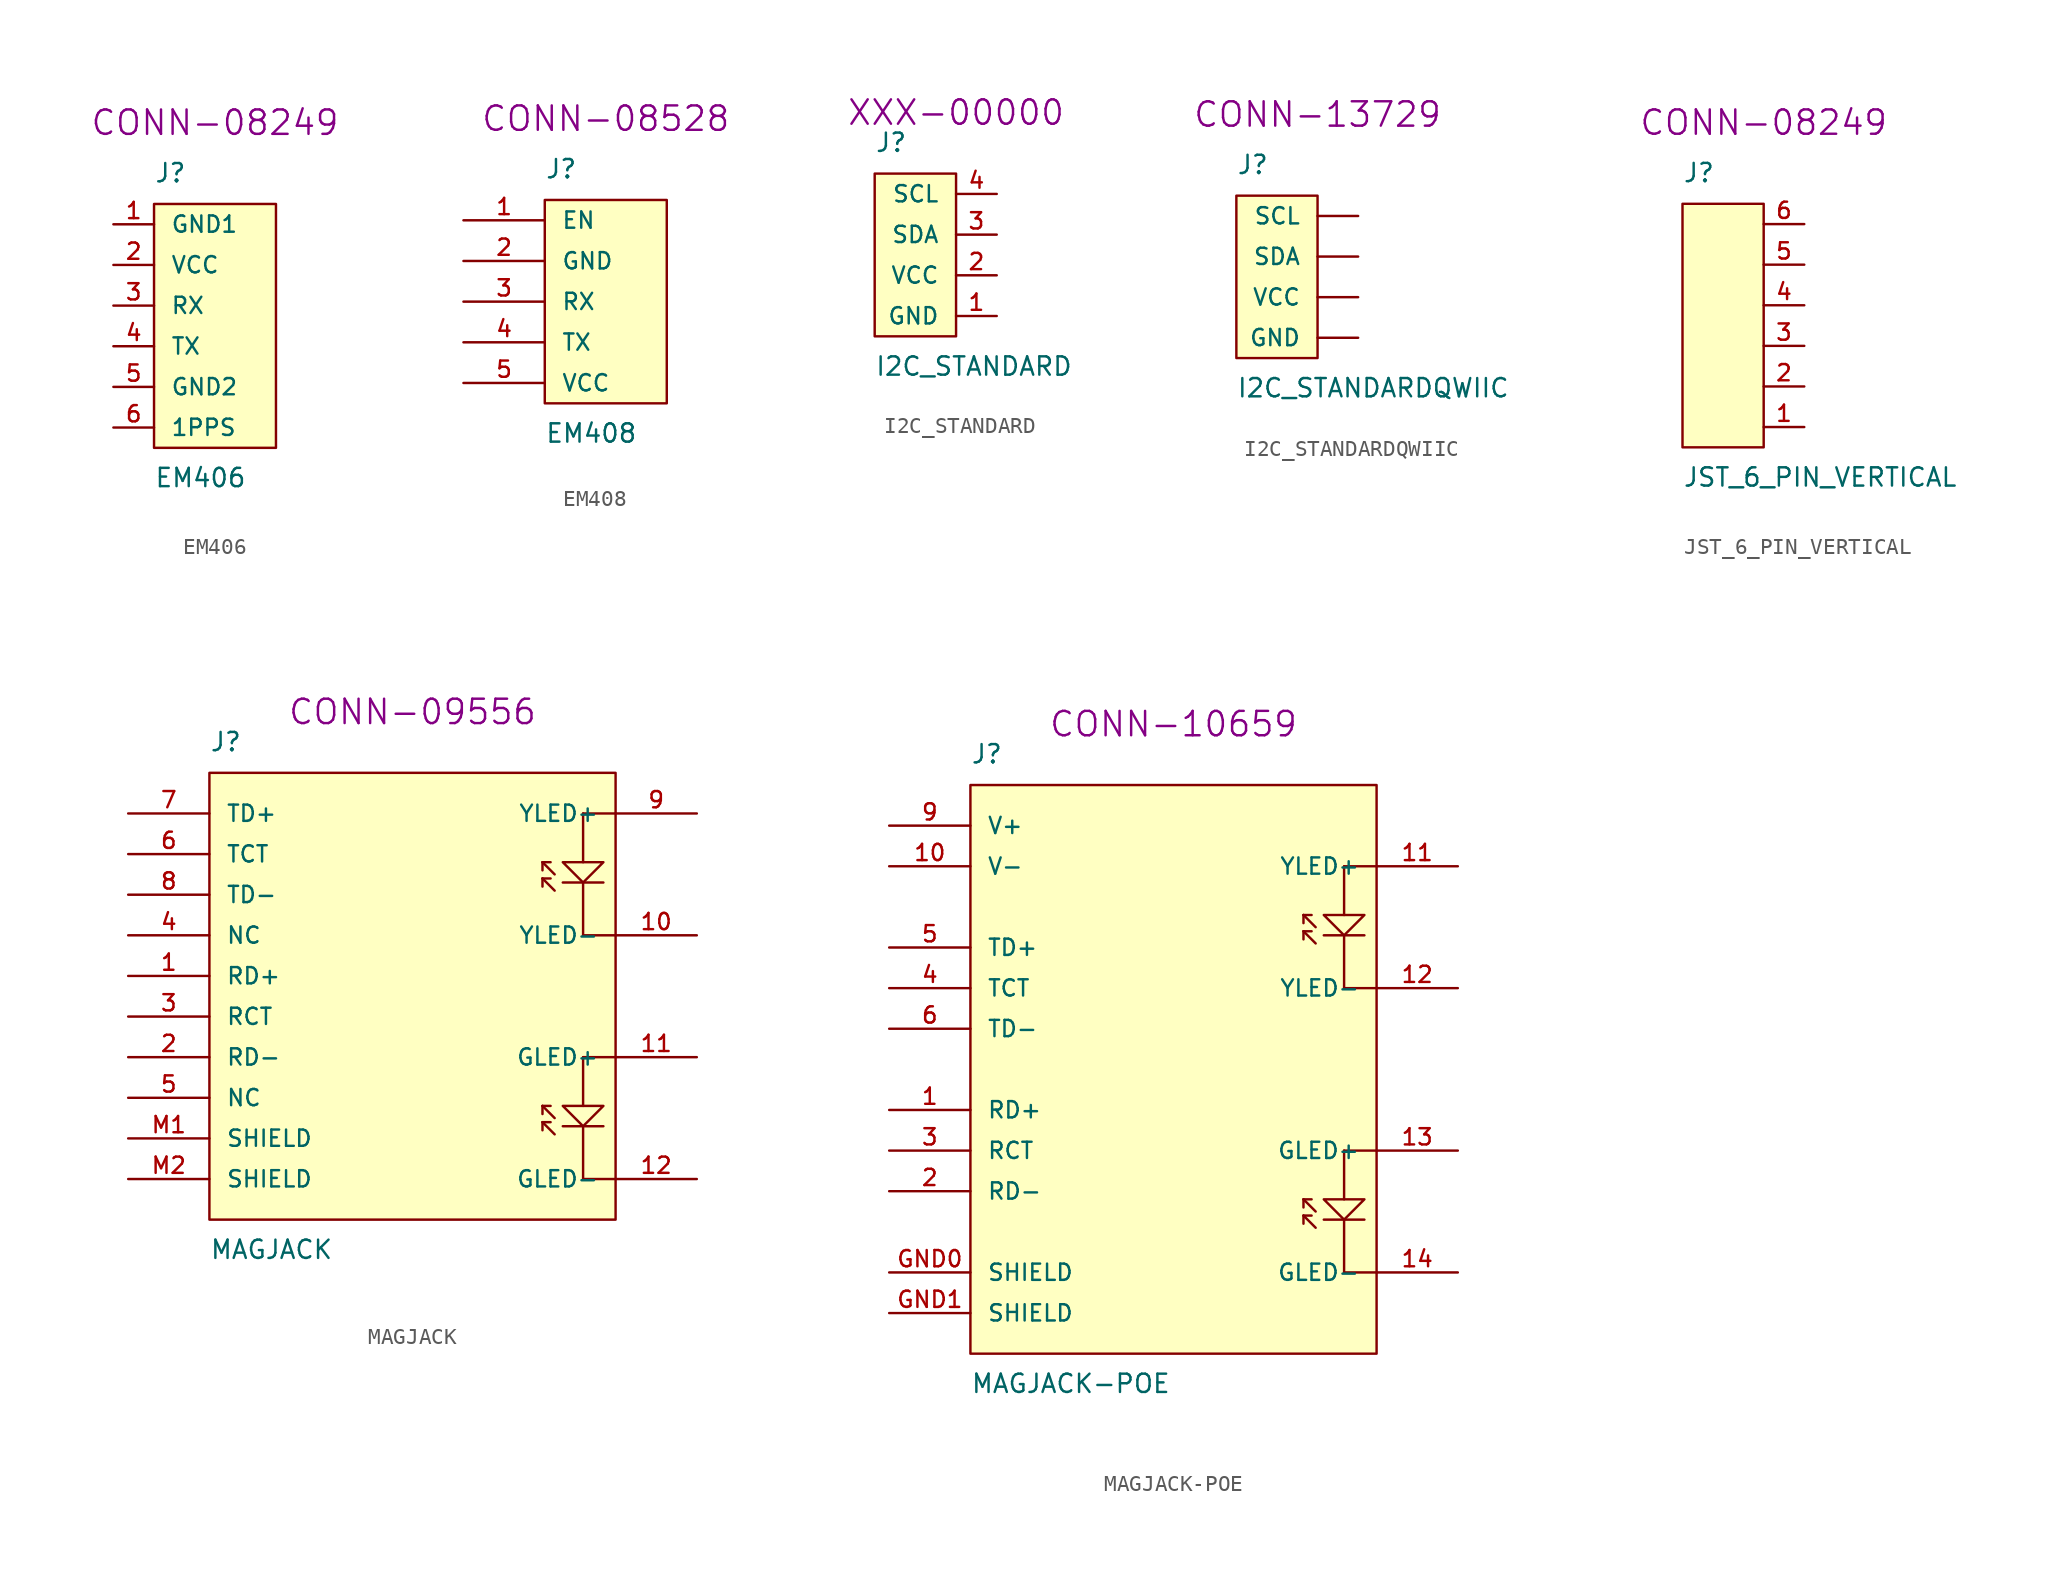
<source format=kicad_sym>
(kicad_symbol_lib
  (version 20220914)
  (generator kicad_symbol_editor)
  (symbol "EM406"
    (pin_names
      (offset 1.016))
    (property "Reference" "J"
      (at -3.81 10.16 0)
      (effects (font (size 1.143 1.143)) (justify left bottom)))
    (property "Value" "EM406"
      (at -3.81 -8.89 0)
      (effects (font (size 1.143 1.143)) (justify left bottom)))
    (property "Field4" "CONN-08249"
      (at 0 13.97 0)
      (effects (font (size 1.524 1.524))))
    (property "ki_locked" ""
      (at 0 0 0)
      (effects (font (size 1.27 1.27))))
    (symbol "EM406_1_1"
      (polyline (pts (xy -3.81 8.89) (xy 3.81 8.89) (xy 3.81 -6.35) (xy -3.81 -6.35) (xy -3.81 8.89)) (stroke (width 0) (type solid)) (fill (type background)))
      (pin bidirectional line (at -6.35 7.62 0) (length 2.54) (name "GND1" (effects (font (size 1.016 1.016)))) (number "1" (effects (font (size 1.016 1.016)))))
      (pin bidirectional line (at -6.35 5.08 0) (length 2.54) (name "VCC" (effects (font (size 1.016 1.016)))) (number "2" (effects (font (size 1.016 1.016)))))
      (pin bidirectional line (at -6.35 2.54 0) (length 2.54) (name "RX" (effects (font (size 1.016 1.016)))) (number "3" (effects (font (size 1.016 1.016)))))
      (pin bidirectional line (at -6.35 0 0) (length 2.54) (name "TX" (effects (font (size 1.016 1.016)))) (number "4" (effects (font (size 1.016 1.016)))))
      (pin bidirectional line (at -6.35 -2.54 0) (length 2.54) (name "GND2" (effects (font (size 1.016 1.016)))) (number "5" (effects (font (size 1.016 1.016)))))
      (pin bidirectional line (at -6.35 -5.08 0) (length 2.54) (name "1PPS" (effects (font (size 1.016 1.016)))) (number "6" (effects (font (size 1.016 1.016)))))))
  (symbol "EM408"
    (pin_names
      (offset 1.016))
    (property "Reference" "J"
      (at -3.81 7.62 0)
      (effects (font (size 1.143 1.143)) (justify left bottom)))
    (property "Value" "EM408"
      (at -3.81 -8.89 0)
      (effects (font (size 1.143 1.143)) (justify left bottom)))
    (property "Field4" "CONN-08528"
      (at 0 11.43 0)
      (effects (font (size 1.524 1.524))))
    (property "ki_locked" ""
      (at 0 0 0)
      (effects (font (size 1.27 1.27))))
    (symbol "EM408_1_1"
      (polyline (pts (xy -3.81 6.35) (xy -3.81 -6.35) (xy 3.81 -6.35) (xy 3.81 6.35) (xy -3.81 6.35)) (stroke (width 0) (type solid)) (fill (type background)))
      (pin bidirectional line (at -8.89 5.08 0) (length 5.08) (name "EN" (effects (font (size 1.016 1.016)))) (number "1" (effects (font (size 1.016 1.016)))))
      (pin power_in line (at -8.89 2.54 0) (length 5.08) (name "GND" (effects (font (size 1.016 1.016)))) (number "2" (effects (font (size 1.016 1.016)))))
      (pin bidirectional line (at -8.89 0 0) (length 5.08) (name "RX" (effects (font (size 1.016 1.016)))) (number "3" (effects (font (size 1.016 1.016)))))
      (pin bidirectional line (at -8.89 -2.54 0) (length 5.08) (name "TX" (effects (font (size 1.016 1.016)))) (number "4" (effects (font (size 1.016 1.016)))))
      (pin power_in line (at -8.89 -5.08 0) (length 5.08) (name "VCC" (effects (font (size 1.016 1.016)))) (number "5" (effects (font (size 1.016 1.016)))))))
  (symbol "I2C_STANDARD"
    (pin_names
      (offset 1.016))
    (property "Reference" "J"
      (at -5.08 10.16 0)
      (effects (font (size 1.143 1.143)) (justify left bottom)))
    (property "Value" "I2C_STANDARD"
      (at -5.08 -3.81 0)
      (effects (font (size 1.143 1.143)) (justify left bottom)))
    (property "Field4" "XXX-00000"
      (at 0 12.7 0)
      (effects (font (size 1.524 1.524))))
    (symbol "I2C_STANDARD_1_0"
      (rectangle (start 0 -1.27) (end -5.08 8.89) (stroke (width 0) (type solid)) (fill (type background))))
    (symbol "I2C_STANDARD_1_1"
      (pin power_in line (at 2.54 0 180) (length 2.54) (name "GND" (effects (font (size 1.016 1.016)))) (number "1" (effects (font (size 1.016 1.016)))))
      (pin power_in line (at 2.54 2.54 180) (length 2.54) (name "VCC" (effects (font (size 1.016 1.016)))) (number "2" (effects (font (size 1.016 1.016)))))
      (pin passive line (at 2.54 5.08 180) (length 2.54) (name "SDA" (effects (font (size 1.016 1.016)))) (number "3" (effects (font (size 1.016 1.016)))))
      (pin passive line (at 2.54 7.62 180) (length 2.54) (name "SCL" (effects (font (size 1.016 1.016)))) (number "4" (effects (font (size 1.016 1.016)))))))
  (symbol "I2C_STANDARDQWIIC"
    (pin_numbers hide)
    (pin_names
      (offset 1.016))
    (property "Reference" "J"
      (at -5.08 10.16 0)
      (effects (font (size 1.143 1.143)) (justify left bottom)))
    (property "Value" "I2C_STANDARDQWIIC"
      (at -5.08 -3.81 0)
      (effects (font (size 1.143 1.143)) (justify left bottom)))
    (property "Field4" "CONN-13729"
      (at 0 13.97 0)
      (effects (font (size 1.524 1.524))))
    (property "ki_locked" ""
      (at 0 0 0)
      (effects (font (size 1.27 1.27))))
    (symbol "I2C_STANDARDQWIIC_1_0"
      (rectangle (start 0 -1.27) (end -5.08 8.89) (stroke (width 0) (type solid)) (fill (type background))))
    (symbol "I2C_STANDARDQWIIC_1_1"
      (pin power_in line (at 2.54 0 180) (length 2.54) (name "GND" (effects (font (size 1.016 1.016)))) (number "1" (effects (font (size 1.016 1.016)))))
      (pin power_in line (at 2.54 2.54 180) (length 2.54) (name "VCC" (effects (font (size 1.016 1.016)))) (number "2" (effects (font (size 1.016 1.016)))))
      (pin passive line (at 2.54 5.08 180) (length 2.54) (name "SDA" (effects (font (size 1.016 1.016)))) (number "3" (effects (font (size 1.016 1.016)))))
      (pin passive line (at 2.54 7.62 180) (length 2.54) (name "SCL" (effects (font (size 1.016 1.016)))) (number "4" (effects (font (size 1.016 1.016)))))))
  (symbol "JST_6_PIN_VERTICAL"
    (pin_names
      (offset 1.016) hide)
    (property "Reference" "J"
      (at -5.08 15.24 0)
      (effects (font (size 1.143 1.143)) (justify left bottom)))
    (property "Value" "JST_6_PIN_VERTICAL"
      (at -5.08 -3.81 0)
      (effects (font (size 1.143 1.143)) (justify left bottom)))
    (property "Field4" "CONN-08249"
      (at 0 19.05 0)
      (effects (font (size 1.524 1.524))))
    (symbol "JST_6_PIN_VERTICAL_1_1"
      (polyline (pts (xy 0 -1.27) (xy -5.08 -1.27) (xy -5.08 13.97) (xy 0 13.97) (xy 0 -1.27)) (stroke (width 0) (type solid)) (fill (type background)))
      (pin bidirectional line (at 2.54 0 180) (length 2.54) (name "1" (effects (font (size 1.016 1.016)))) (number "1" (effects (font (size 1.016 1.016)))))
      (pin bidirectional line (at 2.54 2.54 180) (length 2.54) (name "2" (effects (font (size 1.016 1.016)))) (number "2" (effects (font (size 1.016 1.016)))))
      (pin bidirectional line (at 2.54 5.08 180) (length 2.54) (name "3" (effects (font (size 1.016 1.016)))) (number "3" (effects (font (size 1.016 1.016)))))
      (pin bidirectional line (at 2.54 7.62 180) (length 2.54) (name "4" (effects (font (size 1.016 1.016)))) (number "4" (effects (font (size 1.016 1.016)))))
      (pin bidirectional line (at 2.54 10.16 180) (length 2.54) (name "5" (effects (font (size 1.016 1.016)))) (number "5" (effects (font (size 1.016 1.016)))))
      (pin bidirectional line (at 2.54 12.7 180) (length 2.54) (name "6" (effects (font (size 1.016 1.016)))) (number "6" (effects (font (size 1.016 1.016)))))))
  (symbol "MAGJACK"
    (pin_names
      (offset 1.016))
    (property "Reference" "J"
      (at -12.7 13.97 0)
      (effects (font (size 1.143 1.143)) (justify left bottom)))
    (property "Value" "MAGJACK"
      (at -12.7 -17.78 0)
      (effects (font (size 1.143 1.143)) (justify left bottom)))
    (property "Field4" "CONN-09556"
      (at 0 16.51 0)
      (effects (font (size 1.524 1.524))))
    (property "ki_locked" ""
      (at 0 0 0)
      (effects (font (size 1.27 1.27))))
    (symbol "MAGJACK_1_0"
      (polyline (pts (xy 8.128 -9.652) (xy 8.128 -9.144)) (stroke (width 0) (type solid)) (fill (type none)))
      (polyline (pts (xy 8.128 -9.144) (xy 8.636 -9.144)) (stroke (width 0) (type solid)) (fill (type none)))
      (polyline (pts (xy 8.128 -8.636) (xy 8.128 -8.128)) (stroke (width 0) (type solid)) (fill (type none)))
      (polyline (pts (xy 8.128 -8.128) (xy 8.636 -8.128)) (stroke (width 0) (type solid)) (fill (type none)))
      (polyline (pts (xy 8.128 5.588) (xy 8.128 6.096)) (stroke (width 0) (type solid)) (fill (type none)))
      (polyline (pts (xy 8.128 6.096) (xy 8.636 6.096)) (stroke (width 0) (type solid)) (fill (type none)))
      (polyline (pts (xy 8.128 6.604) (xy 8.128 7.112)) (stroke (width 0) (type solid)) (fill (type none)))
      (polyline (pts (xy 8.128 7.112) (xy 8.636 7.112)) (stroke (width 0) (type solid)) (fill (type none)))
      (polyline (pts (xy 8.89 -9.906) (xy 8.128 -9.144)) (stroke (width 0) (type solid)) (fill (type none)))
      (polyline (pts (xy 8.89 -8.89) (xy 8.128 -8.128)) (stroke (width 0) (type solid)) (fill (type none)))
      (polyline (pts (xy 8.89 5.334) (xy 8.128 6.096)) (stroke (width 0) (type solid)) (fill (type none)))
      (polyline (pts (xy 8.89 6.35) (xy 8.128 7.112)) (stroke (width 0) (type solid)) (fill (type none)))
      (polyline (pts (xy 9.398 -9.398) (xy 10.668 -9.398)) (stroke (width 0) (type solid)) (fill (type none)))
      (polyline (pts (xy 9.398 5.842) (xy 10.668 5.842)) (stroke (width 0) (type solid)) (fill (type none)))
      (polyline (pts (xy 10.668 -12.7) (xy 12.7 -12.7)) (stroke (width 0) (type solid)) (fill (type none)))
      (polyline (pts (xy 10.668 -9.398) (xy 10.668 -12.7)) (stroke (width 0) (type solid)) (fill (type none)))
      (polyline (pts (xy 10.668 -9.398) (xy 11.938 -9.398)) (stroke (width 0) (type solid)) (fill (type none)))
      (polyline (pts (xy 10.668 -5.08) (xy 10.668 -8.128)) (stroke (width 0) (type solid)) (fill (type none)))
      (polyline (pts (xy 10.668 2.54) (xy 12.7 2.54)) (stroke (width 0) (type solid)) (fill (type none)))
      (polyline (pts (xy 10.668 5.842) (xy 10.668 2.54)) (stroke (width 0) (type solid)) (fill (type none)))
      (polyline (pts (xy 10.668 5.842) (xy 11.938 5.842)) (stroke (width 0) (type solid)) (fill (type none)))
      (polyline (pts (xy 10.668 10.16) (xy 10.668 7.112)) (stroke (width 0) (type solid)) (fill (type none)))
      (polyline (pts (xy 12.7 -5.08) (xy 10.668 -5.08)) (stroke (width 0) (type solid)) (fill (type none)))
      (polyline (pts (xy 12.7 10.16) (xy 10.668 10.16)) (stroke (width 0) (type solid)) (fill (type none))))
    (symbol "MAGJACK_1_1"
      (polyline (pts (xy 10.668 -8.128) (xy 9.398 -8.128) (xy 10.668 -9.398) (xy 11.938 -8.128) (xy 10.668 -8.128)) (stroke (width 0) (type solid)) (fill (type background)))
      (polyline (pts (xy 10.668 7.112) (xy 9.398 7.112) (xy 10.668 5.842) (xy 11.938 7.112) (xy 10.668 7.112)) (stroke (width 0) (type solid)) (fill (type background)))
      (polyline (pts (xy -12.7 -15.24) (xy 12.7 -15.24) (xy 12.7 -12.7) (xy 12.7 2.54) (xy 12.7 10.16) (xy 12.7 12.7) (xy -12.7 12.7) (xy -12.7 -15.24)) (stroke (width 0) (type solid)) (fill (type background)))
      (pin bidirectional line (at -17.78 0 0) (length 5.08) (name "RD+" (effects (font (size 1.016 1.016)))) (number "1" (effects (font (size 1.016 1.016)))))
      (pin bidirectional line (at 17.78 2.54 180) (length 5.08) (name "YLED-" (effects (font (size 1.016 1.016)))) (number "10" (effects (font (size 1.016 1.016)))))
      (pin bidirectional line (at 17.78 -5.08 180) (length 5.08) (name "GLED+" (effects (font (size 1.016 1.016)))) (number "11" (effects (font (size 1.016 1.016)))))
      (pin bidirectional line (at 17.78 -12.7 180) (length 5.08) (name "GLED-" (effects (font (size 1.016 1.016)))) (number "12" (effects (font (size 1.016 1.016)))))
      (pin bidirectional line (at -17.78 -5.08 0) (length 5.08) (name "RD-" (effects (font (size 1.016 1.016)))) (number "2" (effects (font (size 1.016 1.016)))))
      (pin bidirectional line (at -17.78 -2.54 0) (length 5.08) (name "RCT" (effects (font (size 1.016 1.016)))) (number "3" (effects (font (size 1.016 1.016)))))
      (pin bidirectional line (at -17.78 2.54 0) (length 5.08) (name "NC" (effects (font (size 1.016 1.016)))) (number "4" (effects (font (size 1.016 1.016)))))
      (pin bidirectional line (at -17.78 -7.62 0) (length 5.08) (name "NC" (effects (font (size 1.016 1.016)))) (number "5" (effects (font (size 1.016 1.016)))))
      (pin bidirectional line (at -17.78 7.62 0) (length 5.08) (name "TCT" (effects (font (size 1.016 1.016)))) (number "6" (effects (font (size 1.016 1.016)))))
      (pin bidirectional line (at -17.78 10.16 0) (length 5.08) (name "TD+" (effects (font (size 1.016 1.016)))) (number "7" (effects (font (size 1.016 1.016)))))
      (pin bidirectional line (at -17.78 5.08 0) (length 5.08) (name "TD-" (effects (font (size 1.016 1.016)))) (number "8" (effects (font (size 1.016 1.016)))))
      (pin bidirectional line (at 17.78 10.16 180) (length 5.08) (name "YLED+" (effects (font (size 1.016 1.016)))) (number "9" (effects (font (size 1.016 1.016)))))
      (pin bidirectional line (at -17.78 -10.16 0) (length 5.08) (name "SHIELD" (effects (font (size 1.016 1.016)))) (number "M1" (effects (font (size 1.016 1.016)))))
      (pin bidirectional line (at -17.78 -12.7 0) (length 5.08) (name "SHIELD" (effects (font (size 1.016 1.016)))) (number "M2" (effects (font (size 1.016 1.016)))))))
  (symbol "MAGJACK-POE"
    (pin_names
      (offset 1.016))
    (property "Reference" "J"
      (at -12.7 19.05 0)
      (effects (font (size 1.143 1.143)) (justify left bottom)))
    (property "Value" "MAGJACK-POE"
      (at -12.7 -20.32 0)
      (effects (font (size 1.143 1.143)) (justify left bottom)))
    (property "Field4" "CONN-10659"
      (at 0 21.59 0)
      (effects (font (size 1.524 1.524))))
    (property "ki_locked" ""
      (at 0 0 0)
      (effects (font (size 1.27 1.27))))
    (symbol "MAGJACK-POE_1_0"
      (polyline (pts (xy 8.128 -9.652) (xy 8.128 -9.144)) (stroke (width 0) (type solid)) (fill (type none)))
      (polyline (pts (xy 8.128 -9.144) (xy 8.636 -9.144)) (stroke (width 0) (type solid)) (fill (type none)))
      (polyline (pts (xy 8.128 -8.636) (xy 8.128 -8.128)) (stroke (width 0) (type solid)) (fill (type none)))
      (polyline (pts (xy 8.128 -8.128) (xy 8.636 -8.128)) (stroke (width 0) (type solid)) (fill (type none)))
      (polyline (pts (xy 8.128 8.128) (xy 8.128 8.636)) (stroke (width 0) (type solid)) (fill (type none)))
      (polyline (pts (xy 8.128 8.636) (xy 8.636 8.636)) (stroke (width 0) (type solid)) (fill (type none)))
      (polyline (pts (xy 8.128 9.144) (xy 8.128 9.652)) (stroke (width 0) (type solid)) (fill (type none)))
      (polyline (pts (xy 8.128 9.652) (xy 8.636 9.652)) (stroke (width 0) (type solid)) (fill (type none)))
      (polyline (pts (xy 8.89 -9.906) (xy 8.128 -9.144)) (stroke (width 0) (type solid)) (fill (type none)))
      (polyline (pts (xy 8.89 -8.89) (xy 8.128 -8.128)) (stroke (width 0) (type solid)) (fill (type none)))
      (polyline (pts (xy 8.89 7.874) (xy 8.128 8.636)) (stroke (width 0) (type solid)) (fill (type none)))
      (polyline (pts (xy 8.89 8.89) (xy 8.128 9.652)) (stroke (width 0) (type solid)) (fill (type none)))
      (polyline (pts (xy 9.398 -9.398) (xy 10.668 -9.398)) (stroke (width 0) (type solid)) (fill (type none)))
      (polyline (pts (xy 9.398 8.382) (xy 10.668 8.382)) (stroke (width 0) (type solid)) (fill (type none)))
      (polyline (pts (xy 10.668 -12.7) (xy 12.7 -12.7)) (stroke (width 0) (type solid)) (fill (type none)))
      (polyline (pts (xy 10.668 -9.398) (xy 10.668 -12.7)) (stroke (width 0) (type solid)) (fill (type none)))
      (polyline (pts (xy 10.668 -9.398) (xy 11.938 -9.398)) (stroke (width 0) (type solid)) (fill (type none)))
      (polyline (pts (xy 10.668 -5.08) (xy 10.668 -8.128)) (stroke (width 0) (type solid)) (fill (type none)))
      (polyline (pts (xy 10.668 5.08) (xy 12.7 5.08)) (stroke (width 0) (type solid)) (fill (type none)))
      (polyline (pts (xy 10.668 8.382) (xy 10.668 5.08)) (stroke (width 0) (type solid)) (fill (type none)))
      (polyline (pts (xy 10.668 8.382) (xy 11.938 8.382)) (stroke (width 0) (type solid)) (fill (type none)))
      (polyline (pts (xy 10.668 12.7) (xy 10.668 9.652)) (stroke (width 0) (type solid)) (fill (type none)))
      (polyline (pts (xy 12.7 -5.08) (xy 10.668 -5.08)) (stroke (width 0) (type solid)) (fill (type none)))
      (polyline (pts (xy 12.7 12.7) (xy 10.668 12.7)) (stroke (width 0) (type solid)) (fill (type none))))
    (symbol "MAGJACK-POE_1_1"
      (polyline (pts (xy 10.668 -8.128) (xy 9.398 -8.128) (xy 10.668 -9.398) (xy 11.938 -8.128) (xy 10.668 -8.128)) (stroke (width 0) (type solid)) (fill (type background)))
      (polyline (pts (xy 10.668 9.652) (xy 9.398 9.652) (xy 10.668 8.382) (xy 11.938 9.652) (xy 10.668 9.652)) (stroke (width 0) (type solid)) (fill (type background)))
      (polyline (pts (xy -12.7 -17.78) (xy 12.7 -17.78) (xy 12.7 -12.7) (xy 12.7 5.08) (xy 12.7 12.7) (xy 12.7 17.78) (xy -12.7 17.78) (xy -12.7 -17.78)) (stroke (width 0) (type solid)) (fill (type background)))
      (pin bidirectional line (at -17.78 -2.54 0) (length 5.08) (name "RD+" (effects (font (size 1.016 1.016)))) (number "1" (effects (font (size 1.016 1.016)))))
      (pin bidirectional line (at -17.78 12.7 0) (length 5.08) (name "V-" (effects (font (size 1.016 1.016)))) (number "10" (effects (font (size 1.016 1.016)))))
      (pin bidirectional line (at 17.78 12.7 180) (length 5.08) (name "YLED+" (effects (font (size 1.016 1.016)))) (number "11" (effects (font (size 1.016 1.016)))))
      (pin bidirectional line (at 17.78 5.08 180) (length 5.08) (name "YLED-" (effects (font (size 1.016 1.016)))) (number "12" (effects (font (size 1.016 1.016)))))
      (pin bidirectional line (at 17.78 -5.08 180) (length 5.08) (name "GLED+" (effects (font (size 1.016 1.016)))) (number "13" (effects (font (size 1.016 1.016)))))
      (pin bidirectional line (at 17.78 -12.7 180) (length 5.08) (name "GLED-" (effects (font (size 1.016 1.016)))) (number "14" (effects (font (size 1.016 1.016)))))
      (pin bidirectional line (at -17.78 -7.62 0) (length 5.08) (name "RD-" (effects (font (size 1.016 1.016)))) (number "2" (effects (font (size 1.016 1.016)))))
      (pin bidirectional line (at -17.78 -5.08 0) (length 5.08) (name "RCT" (effects (font (size 1.016 1.016)))) (number "3" (effects (font (size 1.016 1.016)))))
      (pin bidirectional line (at -17.78 5.08 0) (length 5.08) (name "TCT" (effects (font (size 1.016 1.016)))) (number "4" (effects (font (size 1.016 1.016)))))
      (pin bidirectional line (at -17.78 7.62 0) (length 5.08) (name "TD+" (effects (font (size 1.016 1.016)))) (number "5" (effects (font (size 1.016 1.016)))))
      (pin bidirectional line (at -17.78 2.54 0) (length 5.08) (name "TD-" (effects (font (size 1.016 1.016)))) (number "6" (effects (font (size 1.016 1.016)))))
      (pin bidirectional line (at -17.78 15.24 0) (length 5.08) (name "V+" (effects (font (size 1.016 1.016)))) (number "9" (effects (font (size 1.016 1.016)))))
      (pin bidirectional line (at -17.78 -12.7 0) (length 5.08) (name "SHIELD" (effects (font (size 1.016 1.016)))) (number "GND0" (effects (font (size 1.016 1.016)))))
      (pin bidirectional line (at -17.78 -15.24 0) (length 5.08) (name "SHIELD" (effects (font (size 1.016 1.016)))) (number "GND1" (effects (font (size 1.016 1.016))))))))
</source>
